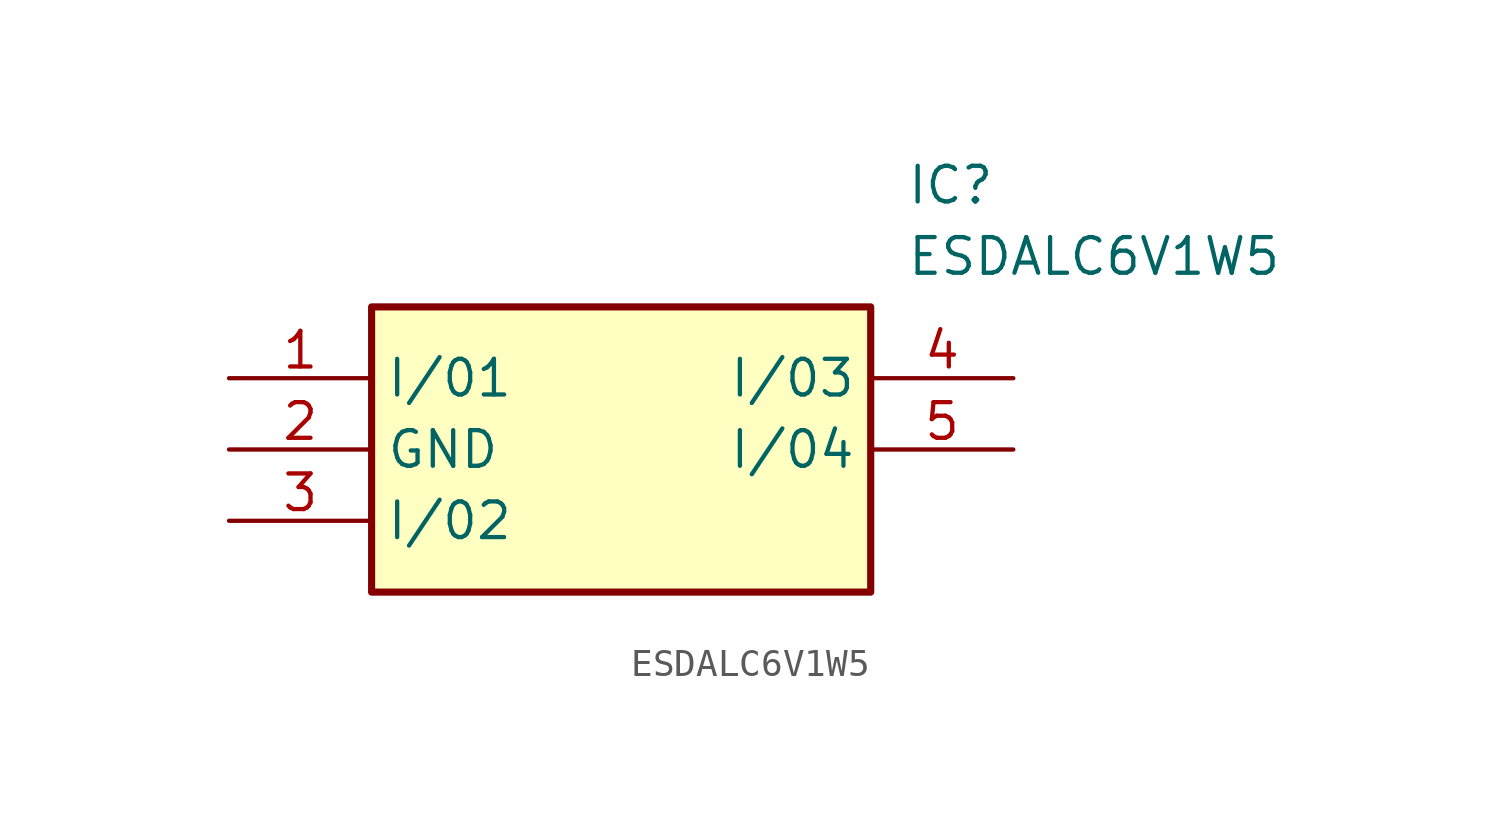
<source format=kicad_sym>
(kicad_symbol_lib
  (version 20211014)
  (generator SamacSys_ECAD_Model)
  (symbol "ESDALC6V1W5"
    (property "Reference" "IC"
      (at 24.13 7.62 0)
      (effects (font (size 1.27 1.27)) (justify left top)))
    (property "Value" "ESDALC6V1W5"
      (at 24.13 5.08 0)
      (effects (font (size 1.27 1.27)) (justify left top)))
    (rectangle
      (start 5.08 2.54)
      (end 22.86 -7.62)
      (stroke (width 0.254) (type default))
      (fill (type background)))
    (pin passive line
      (at 0 0 0)
      (length 5.08)
      (name "I/01" (effects (font (size 1.27 1.27))))
      (number "1" (effects (font (size 1.27 1.27)))))
    (pin passive line
      (at 0 -2.54 0)
      (length 5.08)
      (name "GND" (effects (font (size 1.27 1.27))))
      (number "2" (effects (font (size 1.27 1.27)))))
    (pin passive line
      (at 0 -5.08 0)
      (length 5.08)
      (name "I/02" (effects (font (size 1.27 1.27))))
      (number "3" (effects (font (size 1.27 1.27)))))
    (pin passive line
      (at 27.94 0 180)
      (length 5.08)
      (name "I/03" (effects (font (size 1.27 1.27))))
      (number "4" (effects (font (size 1.27 1.27)))))
    (pin passive line
      (at 27.94 -2.54 180)
      (length 5.08)
      (name "I/04" (effects (font (size 1.27 1.27))))
      (number "5" (effects (font (size 1.27 1.27)))))))
</source>
